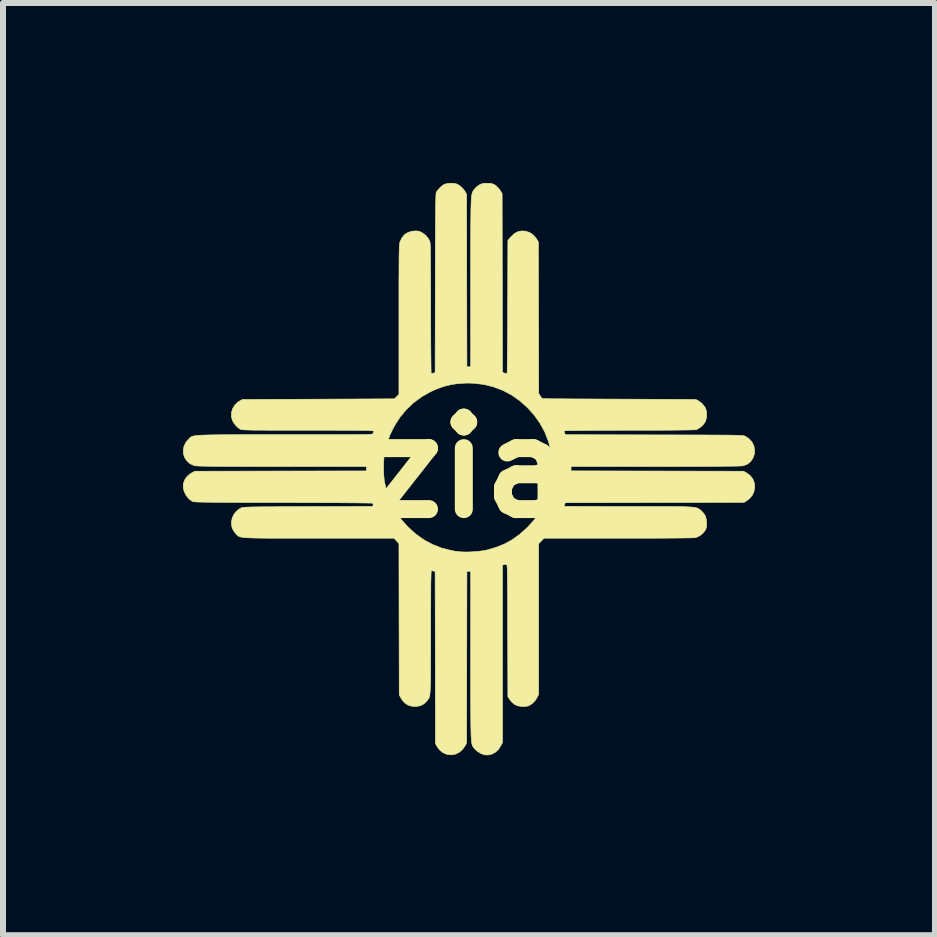
<source format=kicad_pcb>
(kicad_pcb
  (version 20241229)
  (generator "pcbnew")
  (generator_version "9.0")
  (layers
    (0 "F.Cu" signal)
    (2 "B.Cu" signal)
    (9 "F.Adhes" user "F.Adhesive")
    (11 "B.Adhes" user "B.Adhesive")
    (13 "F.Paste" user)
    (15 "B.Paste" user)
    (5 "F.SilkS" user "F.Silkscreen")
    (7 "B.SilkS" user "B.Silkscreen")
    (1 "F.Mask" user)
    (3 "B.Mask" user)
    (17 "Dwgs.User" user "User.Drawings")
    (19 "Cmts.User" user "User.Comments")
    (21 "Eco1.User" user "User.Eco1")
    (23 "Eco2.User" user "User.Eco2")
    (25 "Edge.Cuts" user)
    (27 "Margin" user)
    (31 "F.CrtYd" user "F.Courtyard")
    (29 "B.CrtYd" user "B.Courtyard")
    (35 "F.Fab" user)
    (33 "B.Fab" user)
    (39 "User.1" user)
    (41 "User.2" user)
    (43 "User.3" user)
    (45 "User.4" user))
  (footprint "zia"
    (layer "F.Cu")
    (at 4.755 4.748)
    (property "Reference" "zia" (at 0 0 0) (layer "F.SilkS") (effects (font (size 1.524 1.524) (thickness 0.3))))
    (attr through_hole)
    (fp_poly (pts (xy -0.252 -4.742) (xy -0.203 -4.734) (xy -0.187 -4.729) (xy -0.139 -4.701) (xy -0.093 -4.659) (xy -0.056 -4.612) (xy -0.05 -4.601) (xy -0.026 -4.558) (xy -0.024 -3.121) (xy -0.021 -1.683) (xy 0.042 -1.683) (xy 0.042 -3.09) (xy 0.042 -3.295) (xy 0.042 -3.481) (xy 0.042 -3.647) (xy 0.042 -3.796) (xy 0.043 -3.928) (xy 0.043 -4.044) (xy 0.044 -4.145) (xy 0.045 -4.233) (xy 0.046 -4.308) (xy 0.048 -4.372) (xy 0.05 -4.426) (xy 0.052 -4.471) (xy 0.055 -4.508) (xy 0.059 -4.537) (xy 0.063 -4.561) (xy 0.067 -4.58) (xy 0.073 -4.595) (xy 0.079 -4.608) (xy 0.086 -4.619) (xy 0.093 -4.629) (xy 0.102 -4.641) (xy 0.106 -4.646) (xy 0.141 -4.683) (xy 0.187 -4.715) (xy 0.192 -4.718) (xy 0.224 -4.732) (xy 0.252 -4.74) (xy 0.285 -4.743) (xy 0.329 -4.742) (xy 0.374 -4.739) (xy 0.406 -4.733) (xy 0.432 -4.722) (xy 0.457 -4.706) (xy 0.49 -4.677) (xy 0.522 -4.641) (xy 0.534 -4.622) (xy 0.566 -4.57) (xy 0.572 -1.59) (xy 0.605 -1.579) (xy 0.631 -1.571) (xy 0.647 -1.567) (xy 0.647 -1.567) (xy 0.649 -1.577) (xy 0.65 -1.607) (xy 0.651 -1.656) (xy 0.652 -1.722) (xy 0.653 -1.803) (xy 0.654 -1.898) (xy 0.655 -2.007) (xy 0.656 -2.127) (xy 0.657 -2.256) (xy 0.658 -2.395) (xy 0.659 -2.541) (xy 0.659 -2.678) (xy 0.662 -3.788) (xy 0.694 -3.829) (xy 0.724 -3.861) (xy 0.759 -3.894) (xy 0.771 -3.904) (xy 0.828 -3.935) (xy 0.891 -3.948) (xy 0.956 -3.944) (xy 1.019 -3.924) (xy 1.076 -3.888) (xy 1.125 -3.837) (xy 1.138 -3.818) (xy 1.17 -3.766) (xy 1.173 -2.502) (xy 1.176 -1.238) (xy 1.203 -1.196) (xy 1.22 -1.171) (xy 1.23 -1.155) (xy 1.232 -1.152) (xy 1.243 -1.152) (xy 1.273 -1.151) (xy 1.322 -1.151) (xy 1.389 -1.15) (xy 1.471 -1.149) (xy 1.568 -1.149) (xy 1.678 -1.148) (xy 1.801 -1.147) (xy 1.935 -1.147) (xy 2.078 -1.146) (xy 2.229 -1.145) (xy 2.387 -1.144) (xy 2.515 -1.144) (xy 3.796 -1.138) (xy 3.838 -1.115) (xy 3.9 -1.07) (xy 3.947 -1.01) (xy 3.956 -0.995) (xy 3.97 -0.95) (xy 3.976 -0.895) (xy 3.972 -0.837) (xy 3.96 -0.785) (xy 3.952 -0.766) (xy 3.922 -0.723) (xy 3.882 -0.683) (xy 3.838 -0.652) (xy 3.802 -0.635) (xy 3.784 -0.633) (xy 3.747 -0.632) (xy 3.689 -0.63) (xy 3.612 -0.629) (xy 3.516 -0.628) (xy 3.403 -0.627) (xy 3.272 -0.626) (xy 3.124 -0.625) (xy 2.96 -0.625) (xy 2.781 -0.625) (xy 2.681 -0.625) (xy 2.505 -0.625) (xy 2.341 -0.624) (xy 2.192 -0.624) (xy 2.057 -0.623) (xy 1.938 -0.622) (xy 1.836 -0.621) (xy 1.751 -0.62) (xy 1.684 -0.619) (xy 1.636 -0.618) (xy 1.607 -0.616) (xy 1.599 -0.615) (xy 1.602 -0.598) (xy 1.609 -0.578) (xy 1.619 -0.551) (xy 3.099 -0.548) (xy 3.306 -0.548) (xy 3.493 -0.547) (xy 3.66 -0.547) (xy 3.81 -0.546) (xy 3.943 -0.546) (xy 4.06 -0.545) (xy 4.162 -0.545) (xy 4.25 -0.544) (xy 4.325 -0.544) (xy 4.389 -0.543) (xy 4.443 -0.542) (xy 4.486 -0.541) (xy 4.522 -0.539) (xy 4.55 -0.538) (xy 4.571 -0.536) (xy 4.588 -0.534) (xy 4.6 -0.532) (xy 4.609 -0.53) (xy 4.615 -0.527) (xy 4.618 -0.526) (xy 4.682 -0.484) (xy 4.73 -0.43) (xy 4.762 -0.367) (xy 4.775 -0.299) (xy 4.771 -0.228) (xy 4.746 -0.158) (xy 4.706 -0.1) (xy 4.653 -0.059) (xy 4.587 -0.034) (xy 4.575 -0.032) (xy 4.555 -0.03) (xy 4.515 -0.029) (xy 4.454 -0.027) (xy 4.373 -0.026) (xy 4.273 -0.025) (xy 4.154 -0.024) (xy 4.016 -0.023) (xy 3.861 -0.022) (xy 3.687 -0.022) (xy 3.497 -0.021) (xy 3.289 -0.021) (xy 3.117 -0.021) (xy 1.715 -0.021) (xy 1.715 0.052) (xy 4.59 0.058) (xy 4.645 0.089) (xy 4.704 0.133) (xy 4.746 0.188) (xy 4.771 0.255) (xy 4.777 0.318) (xy 4.767 0.391) (xy 4.738 0.457) (xy 4.69 0.514) (xy 4.639 0.553) (xy 4.6 0.577) (xy 3.11 0.58) (xy 1.619 0.583) (xy 1.609 0.61) (xy 1.601 0.631) (xy 1.599 0.641) (xy 1.609 0.642) (xy 1.639 0.643) (xy 1.688 0.643) (xy 1.753 0.644) (xy 1.834 0.644) (xy 1.929 0.645) (xy 2.037 0.645) (xy 2.156 0.645) (xy 2.285 0.646) (xy 2.422 0.646) (xy 2.567 0.646) (xy 2.666 0.646) (xy 2.846 0.646) (xy 3.005 0.646) (xy 3.146 0.646) (xy 3.27 0.646) (xy 3.377 0.647) (xy 3.469 0.648) (xy 3.548 0.649) (xy 3.615 0.65) (xy 3.67 0.653) (xy 3.716 0.655) (xy 3.752 0.659) (xy 3.782 0.663) (xy 3.805 0.668) (xy 3.824 0.674) (xy 3.839 0.681) (xy 3.851 0.689) (xy 3.863 0.698) (xy 3.875 0.708) (xy 3.884 0.716) (xy 3.929 0.762) (xy 3.958 0.812) (xy 3.972 0.871) (xy 3.975 0.921) (xy 3.974 0.968) (xy 3.969 1.001) (xy 3.958 1.03) (xy 3.95 1.045) (xy 3.913 1.092) (xy 3.862 1.133) (xy 3.805 1.16) (xy 3.796 1.163) (xy 3.781 1.165) (xy 3.75 1.167) (xy 3.704 1.169) (xy 3.642 1.17) (xy 3.563 1.171) (xy 3.466 1.172) (xy 3.352 1.173) (xy 3.218 1.174) (xy 3.066 1.175) (xy 2.894 1.175) (xy 2.702 1.175) (xy 2.509 1.175) (xy 1.264 1.175) (xy 1.22 1.221) (xy 1.175 1.266) (xy 1.175 2.52) (xy 1.175 3.775) (xy 1.15 3.827) (xy 1.118 3.879) (xy 1.076 3.924) (xy 1.028 3.958) (xy 1.001 3.97) (xy 0.968 3.977) (xy 0.925 3.98) (xy 0.89 3.979) (xy 0.824 3.969) (xy 0.77 3.943) (xy 0.722 3.9) (xy 0.697 3.868) (xy 0.662 3.817) (xy 0.659 2.713) (xy 0.658 2.536) (xy 0.658 2.379) (xy 0.658 2.24) (xy 0.657 2.119) (xy 0.656 2.015) (xy 0.656 1.926) (xy 0.655 1.851) (xy 0.654 1.788) (xy 0.653 1.738) (xy 0.652 1.698) (xy 0.651 1.667) (xy 0.649 1.644) (xy 0.647 1.628) (xy 0.645 1.618) (xy 0.642 1.612) (xy 0.64 1.61) (xy 0.638 1.609) (xy 0.612 1.612) (xy 0.596 1.616) (xy 0.572 1.622) (xy 0.572 4.58) (xy 0.544 4.635) (xy 0.505 4.695) (xy 0.454 4.742) (xy 0.395 4.774) (xy 0.331 4.789) (xy 0.275 4.786) (xy 0.211 4.764) (xy 0.151 4.726) (xy 0.113 4.69) (xy 0.103 4.678) (xy 0.094 4.669) (xy 0.086 4.659) (xy 0.079 4.649) (xy 0.073 4.636) (xy 0.067 4.621) (xy 0.062 4.602) (xy 0.058 4.577) (xy 0.055 4.546) (xy 0.052 4.508) (xy 0.049 4.461) (xy 0.047 4.405) (xy 0.046 4.339) (xy 0.044 4.26) (xy 0.044 4.169) (xy 0.043 4.064) (xy 0.043 3.944) (xy 0.042 3.808) (xy 0.042 3.654) (xy 0.042 3.483) (xy 0.042 3.292) (xy 0.042 3.137) (xy 0.042 1.726) (xy -0.021 1.726) (xy -0.024 3.158) (xy -0.026 4.59) (xy -0.049 4.632) (xy -0.093 4.694) (xy -0.147 4.742) (xy -0.209 4.773) (xy -0.274 4.786) (xy -0.282 4.786) (xy -0.357 4.777) (xy -0.422 4.749) (xy -0.477 4.703) (xy -0.516 4.65) (xy -0.545 4.6) (xy -0.548 3.164) (xy -0.551 1.728) (xy -0.575 1.722) (xy -0.599 1.717) (xy -0.611 1.715) (xy -0.614 1.719) (xy -0.616 1.732) (xy -0.618 1.754) (xy -0.619 1.786) (xy -0.62 1.831) (xy -0.622 1.888) (xy -0.623 1.959) (xy -0.623 2.044) (xy -0.624 2.146) (xy -0.624 2.264) (xy -0.625 2.401) (xy -0.625 2.556) (xy -0.625 2.732) (xy -0.625 2.74) (xy -0.625 2.913) (xy -0.625 3.067) (xy -0.625 3.202) (xy -0.626 3.32) (xy -0.626 3.422) (xy -0.627 3.509) (xy -0.628 3.583) (xy -0.63 3.644) (xy -0.632 3.695) (xy -0.634 3.736) (xy -0.638 3.77) (xy -0.641 3.796) (xy -0.646 3.816) (xy -0.651 3.833) (xy -0.658 3.846) (xy -0.665 3.857) (xy -0.673 3.868) (xy -0.682 3.88) (xy -0.683 3.881) (xy -0.734 3.933) (xy -0.794 3.966) (xy -0.859 3.979) (xy -0.938 3.976) (xy -1.006 3.955) (xy -1.063 3.916) (xy -1.109 3.859) (xy -1.12 3.84) (xy -1.149 3.785) (xy -1.152 2.524) (xy -1.154 1.263) (xy -1.195 1.219) (xy -1.236 1.175) (xy -2.485 1.175) (xy -2.679 1.175) (xy -2.852 1.175) (xy -3.007 1.175) (xy -3.145 1.175) (xy -3.265 1.175) (xy -3.371 1.174) (xy -3.462 1.173) (xy -3.54 1.172) (xy -3.606 1.17) (xy -3.661 1.168) (xy -3.706 1.165) (xy -3.743 1.162) (xy -3.772 1.158) (xy -3.796 1.153) (xy -3.814 1.148) (xy -3.828 1.141) (xy -3.839 1.134) (xy -3.849 1.125) (xy -3.858 1.116) (xy -3.868 1.105) (xy -3.874 1.1) (xy -3.916 1.044) (xy -3.94 0.982) (xy -3.947 0.916) (xy -3.937 0.851) (xy -3.912 0.788) (xy -3.871 0.733) (xy -3.816 0.687) (xy -3.78 0.668) (xy -3.772 0.665) (xy -3.761 0.663) (xy -3.745 0.661) (xy -3.723 0.659) (xy -3.695 0.657) (xy -3.657 0.656) (xy -3.611 0.654) (xy -3.553 0.653) (xy -3.484 0.652) (xy -3.401 0.651) (xy -3.304 0.651) (xy -3.191 0.65) (xy -3.061 0.649) (xy -2.913 0.649) (xy -2.746 0.648) (xy -2.659 0.648) (xy -1.575 0.645) (xy -1.582 0.622) (xy -1.587 0.6) (xy -1.588 0.59) (xy -1.598 0.59) (xy -1.629 0.589) (xy -1.678 0.588) (xy -1.745 0.587) (xy -1.828 0.586) (xy -1.926 0.585) (xy -2.039 0.584) (xy -2.164 0.583) (xy -2.301 0.582) (xy -2.448 0.582) (xy -2.604 0.581) (xy -2.769 0.581) (xy -2.94 0.58) (xy -3.078 0.58) (xy -3.287 0.579) (xy -3.475 0.579) (xy -3.644 0.579) (xy -3.795 0.578) (xy -3.928 0.578) (xy -4.046 0.577) (xy -4.149 0.577) (xy -4.239 0.576) (xy -4.315 0.575) (xy -4.379 0.574) (xy -4.433 0.573) (xy -4.477 0.572) (xy -4.513 0.571) (xy -4.541 0.569) (xy -4.562 0.568) (xy -4.578 0.566) (xy -4.589 0.564) (xy -4.596 0.561) (xy -4.601 0.559) (xy -4.656 0.518) (xy -4.701 0.462) (xy -4.734 0.397) (xy -4.75 0.336) (xy -4.749 0.27) (xy -4.728 0.207) (xy -4.69 0.15) (xy -4.637 0.103) (xy -4.614 0.089) (xy -4.558 0.058) (xy -3.126 0.055) (xy -1.694 0.053) (xy -1.694 0.028) (xy -1.411 0.028) (xy -1.407 0.128) (xy -1.398 0.218) (xy -1.394 0.243) (xy -1.353 0.41) (xy -1.293 0.57) (xy -1.214 0.72) (xy -1.117 0.861) (xy -1.001 0.99) (xy -0.873 1.106) (xy -0.739 1.201) (xy -0.597 1.278) (xy -0.445 1.338) (xy -0.281 1.38) (xy -0.215 1.392) (xy -0.131 1.402) (xy -0.033 1.405) (xy 0.07 1.402) (xy 0.172 1.394) (xy 0.265 1.381) (xy 0.307 1.373) (xy 0.463 1.328) (xy 0.606 1.271) (xy 0.738 1.198) (xy 0.863 1.107) (xy 0.984 0.998) (xy 0.991 0.991) (xy 1.102 0.869) (xy 1.194 0.742) (xy 1.269 0.609) (xy 1.328 0.465) (xy 1.373 0.307) (xy 1.378 0.285) (xy 1.391 0.204) (xy 1.4 0.11) (xy 1.404 0.01) (xy 1.402 -0.091) (xy 1.396 -0.185) (xy 1.384 -0.266) (xy 1.384 -0.267) (xy 1.34 -0.436) (xy 1.279 -0.593) (xy 1.199 -0.74) (xy 1.101 -0.878) (xy 0.995 -0.996) (xy 0.865 -1.114) (xy 0.726 -1.212) (xy 0.579 -1.29) (xy 0.423 -1.349) (xy 0.26 -1.389) (xy 0.088 -1.409) (xy -0.005 -1.412) (xy -0.146 -1.406) (xy -0.277 -1.388) (xy -0.402 -1.358) (xy -0.529 -1.312) (xy -0.631 -1.266) (xy -0.777 -1.183) (xy -0.911 -1.084) (xy -1.032 -0.969) (xy -1.138 -0.841) (xy -1.229 -0.7) (xy -1.304 -0.549) (xy -1.361 -0.388) (xy -1.393 -0.254) (xy -1.404 -0.171) (xy -1.41 -0.074) (xy -1.411 0.028) (xy -1.694 0.028) (xy -1.694 -0.021) (xy -3.106 -0.021) (xy -3.312 -0.021) (xy -3.498 -0.021) (xy -3.665 -0.021) (xy -3.814 -0.022) (xy -3.945 -0.022) (xy -4.061 -0.023) (xy -4.162 -0.023) (xy -4.249 -0.024) (xy -4.322 -0.025) (xy -4.384 -0.026) (xy -4.435 -0.027) (xy -4.477 -0.028) (xy -4.509 -0.03) (xy -4.534 -0.031) (xy -4.551 -0.033) (xy -4.564 -0.035) (xy -4.567 -0.036) (xy -4.633 -0.066) (xy -4.685 -0.109) (xy -4.722 -0.162) (xy -4.744 -0.223) (xy -4.75 -0.287) (xy -4.739 -0.352) (xy -4.711 -0.415) (xy -4.671 -0.465) (xy -4.66 -0.477) (xy -4.65 -0.488) (xy -4.641 -0.497) (xy -4.631 -0.506) (xy -4.62 -0.513) (xy -4.606 -0.52) (xy -4.589 -0.526) (xy -4.567 -0.531) (xy -4.539 -0.535) (xy -4.503 -0.539) (xy -4.461 -0.542) (xy -4.409 -0.544) (xy -4.347 -0.546) (xy -4.273 -0.548) (xy -4.188 -0.549) (xy -4.089 -0.55) (xy -3.977 -0.55) (xy -3.848 -0.551) (xy -3.704 -0.551) (xy -3.542 -0.551) (xy -3.361 -0.551) (xy -3.161 -0.551) (xy -3.054 -0.551) (xy -2.848 -0.551) (xy -2.663 -0.551) (xy -2.497 -0.551) (xy -2.348 -0.551) (xy -2.217 -0.551) (xy -2.102 -0.551) (xy -2.002 -0.552) (xy -1.915 -0.552) (xy -1.842 -0.553) (xy -1.78 -0.554) (xy -1.729 -0.554) (xy -1.688 -0.556) (xy -1.655 -0.557) (xy -1.631 -0.558) (xy -1.613 -0.56) (xy -1.6 -0.562) (xy -1.592 -0.564) (xy -1.588 -0.566) (xy -1.586 -0.568) (xy -1.585 -0.569) (xy -1.576 -0.596) (xy -1.572 -0.606) (xy -1.572 -0.609) (xy -1.574 -0.612) (xy -1.58 -0.614) (xy -1.591 -0.616) (xy -1.608 -0.618) (xy -1.632 -0.619) (xy -1.664 -0.621) (xy -1.707 -0.622) (xy -1.76 -0.623) (xy -1.825 -0.623) (xy -1.903 -0.624) (xy -1.996 -0.624) (xy -2.105 -0.624) (xy -2.23 -0.625) (xy -2.373 -0.625) (xy -2.535 -0.625) (xy -2.662 -0.625) (xy -2.844 -0.625) (xy -3.006 -0.625) (xy -3.149 -0.625) (xy -3.274 -0.625) (xy -3.383 -0.626) (xy -3.476 -0.627) (xy -3.554 -0.627) (xy -3.62 -0.628) (xy -3.673 -0.63) (xy -3.715 -0.631) (xy -3.746 -0.633) (xy -3.769 -0.635) (xy -3.785 -0.637) (xy -3.793 -0.639) (xy -3.828 -0.661) (xy -3.865 -0.696) (xy -3.9 -0.738) (xy -3.926 -0.782) (xy -3.929 -0.787) (xy -3.947 -0.851) (xy -3.946 -0.918) (xy -3.928 -0.982) (xy -3.893 -1.041) (xy -3.844 -1.091) (xy -3.806 -1.115) (xy -3.764 -1.138) (xy -2.497 -1.143) (xy -1.229 -1.149) (xy -1.192 -1.185) (xy -1.154 -1.222) (xy -1.154 -2.467) (xy -1.154 -2.657) (xy -1.154 -2.827) (xy -1.154 -2.979) (xy -1.154 -3.112) (xy -1.153 -3.229) (xy -1.153 -3.331) (xy -1.152 -3.419) (xy -1.152 -3.493) (xy -1.151 -3.555) (xy -1.15 -3.607) (xy -1.148 -3.649) (xy -1.147 -3.683) (xy -1.145 -3.71) (xy -1.143 -3.73) (xy -1.141 -3.745) (xy -1.139 -3.757) (xy -1.137 -3.765) (xy -1.104 -3.834) (xy -1.059 -3.888) (xy -1 -3.924) (xy -0.929 -3.944) (xy -0.902 -3.946) (xy -0.86 -3.948) (xy -0.829 -3.944) (xy -0.799 -3.934) (xy -0.773 -3.921) (xy -0.718 -3.883) (xy -0.673 -3.834) (xy -0.642 -3.779) (xy -0.636 -3.761) (xy -0.634 -3.743) (xy -0.632 -3.703) (xy -0.63 -3.643) (xy -0.629 -3.562) (xy -0.628 -3.461) (xy -0.627 -3.339) (xy -0.626 -3.197) (xy -0.625 -3.035) (xy -0.625 -2.853) (xy -0.625 -2.652) (xy -0.625 -2.644) (xy -0.625 -2.468) (xy -0.624 -2.305) (xy -0.624 -2.156) (xy -0.623 -2.022) (xy -0.622 -1.904) (xy -0.621 -1.802) (xy -0.62 -1.717) (xy -0.619 -1.65) (xy -0.618 -1.603) (xy -0.616 -1.575) (xy -0.615 -1.567) (xy -0.598 -1.57) (xy -0.578 -1.577) (xy -0.551 -1.587) (xy -0.548 -3.078) (xy -0.548 -3.291) (xy -0.547 -3.484) (xy -0.547 -3.658) (xy -0.546 -3.814) (xy -0.546 -3.952) (xy -0.545 -4.074) (xy -0.544 -4.18) (xy -0.543 -4.271) (xy -0.542 -4.349) (xy -0.541 -4.414) (xy -0.54 -4.468) (xy -0.539 -4.51) (xy -0.537 -4.543) (xy -0.536 -4.567) (xy -0.534 -4.583) (xy -0.532 -4.592) (xy -0.531 -4.593) (xy -0.503 -4.633) (xy -0.466 -4.673) (xy -0.427 -4.706) (xy -0.401 -4.723) (xy -0.36 -4.736) (xy -0.307 -4.743) (xy -0.252 -4.742)) (stroke (width 0.01) (type solid)) (fill yes) (layer "F.SilkS")))
  (gr_rect
    (start -3 -3)
    (end 12.537 12.541)
    (stroke (width 0.1) (type default))
    (fill no)
    (layer "Edge.Cuts")))
</source>
